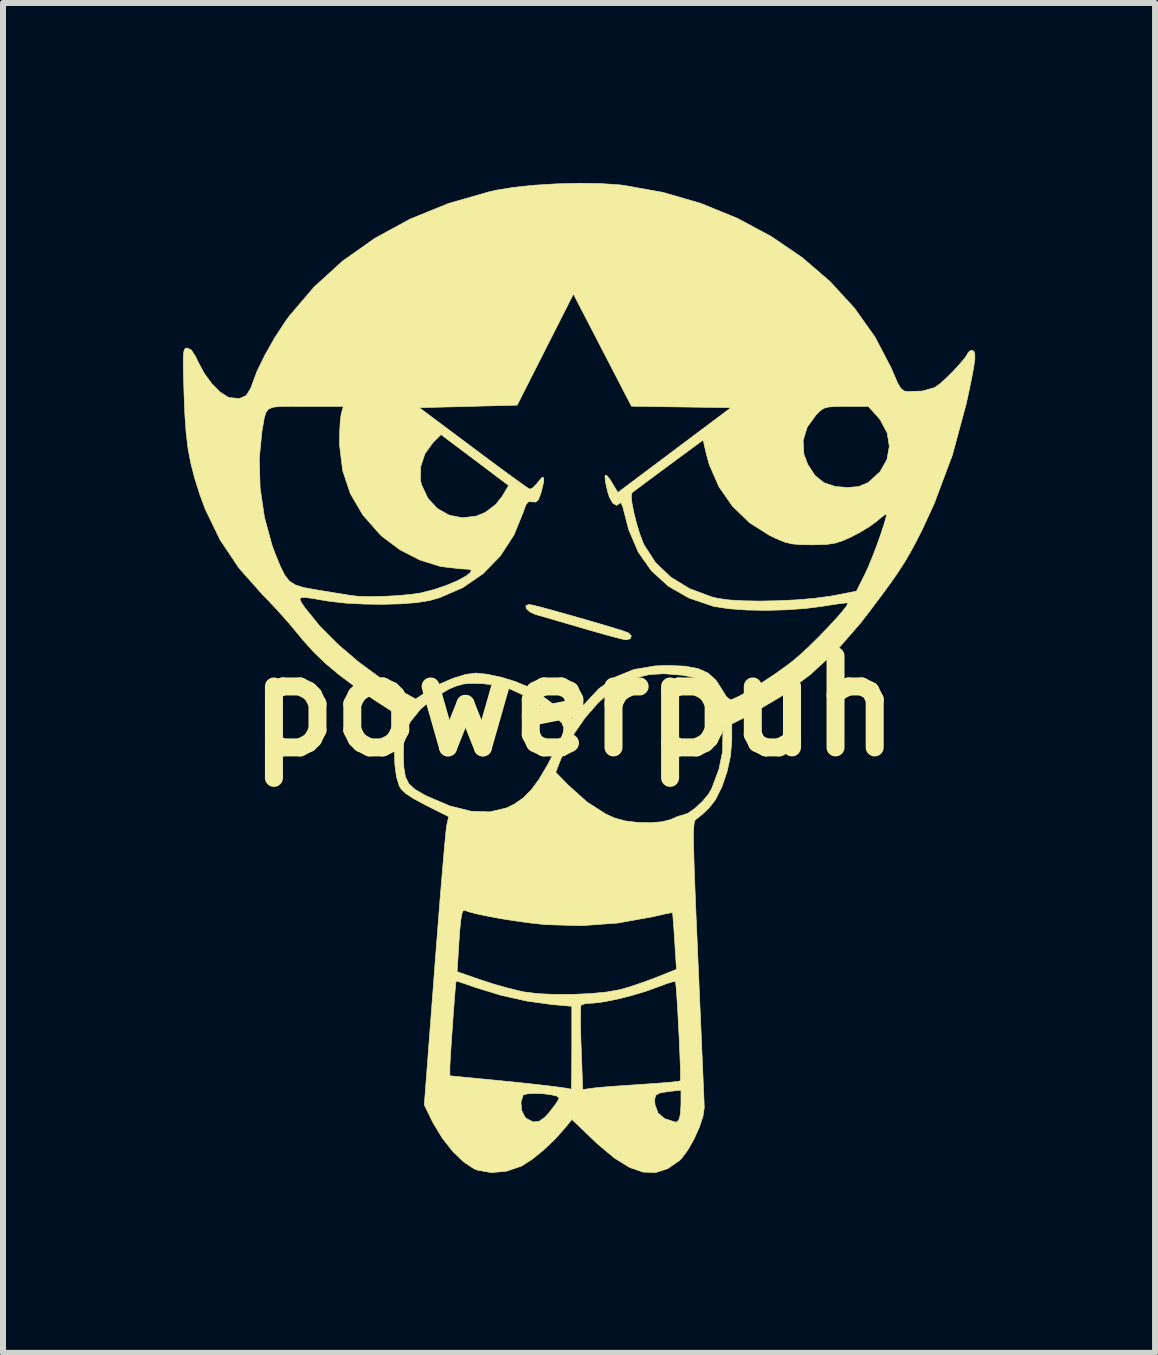
<source format=kicad_pcb>
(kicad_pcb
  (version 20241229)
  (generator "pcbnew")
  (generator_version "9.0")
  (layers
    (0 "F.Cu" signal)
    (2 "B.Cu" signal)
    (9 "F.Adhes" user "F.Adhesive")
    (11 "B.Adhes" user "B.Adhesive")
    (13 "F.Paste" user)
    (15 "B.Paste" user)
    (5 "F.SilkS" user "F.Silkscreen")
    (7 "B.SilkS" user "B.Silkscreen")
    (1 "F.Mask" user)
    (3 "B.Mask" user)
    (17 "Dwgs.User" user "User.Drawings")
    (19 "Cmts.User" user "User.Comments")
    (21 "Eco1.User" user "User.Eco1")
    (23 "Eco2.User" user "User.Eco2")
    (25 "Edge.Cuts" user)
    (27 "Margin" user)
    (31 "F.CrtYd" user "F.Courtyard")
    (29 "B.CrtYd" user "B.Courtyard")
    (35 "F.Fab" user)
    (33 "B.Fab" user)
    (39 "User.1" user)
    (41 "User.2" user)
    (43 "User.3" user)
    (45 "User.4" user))
  (footprint "powerpuh"
    (layer "F.Cu")
    (at 6.524 8.72)
    (property "Reference" "powerpuh" (at 0 0 0) (layer "F.SilkS") (effects (font (size 1.524 1.524) (thickness 0.3))))
    (attr through_hole)
    (fp_poly (pts (xy -0.693 -1.682) (xy -0.568 -1.651) (xy -0.393 -1.604) (xy -0.185 -1.546) (xy 0.042 -1.482) (xy 0.27 -1.416) (xy 0.486 -1.353) (xy 0.672 -1.297) (xy 0.812 -1.253) (xy 0.893 -1.224) (xy 0.901 -1.221) (xy 0.951 -1.168) (xy 0.93 -1.12) (xy 0.855 -1.105) (xy 0.791 -1.118) (xy 0.662 -1.151) (xy 0.483 -1.2) (xy 0.271 -1.26) (xy 0.148 -1.296) (xy -0.085 -1.364) (xy -0.301 -1.427) (xy -0.482 -1.48) (xy -0.61 -1.516) (xy -0.646 -1.526) (xy -0.739 -1.568) (xy -0.798 -1.622) (xy -0.809 -1.67) (xy -0.763 -1.693) (xy -0.753 -1.693) (xy -0.693 -1.682)) (stroke (width 0.01) (type solid)) (fill yes) (layer "F.SilkS"))
    (fp_poly (pts (xy 0.435 -8.71) (xy 0.748 -8.689) (xy 0.819 -8.681) (xy 1.479 -8.563) (xy 2.114 -8.378) (xy 2.716 -8.132) (xy 3.28 -7.83) (xy 3.798 -7.477) (xy 4.264 -7.076) (xy 4.671 -6.632) (xy 5.013 -6.151) (xy 5.282 -5.636) (xy 5.324 -5.537) (xy 5.39 -5.384) (xy 5.443 -5.296) (xy 5.495 -5.254) (xy 5.546 -5.243) (xy 5.797 -5.251) (xy 5.997 -5.306) (xy 6.015 -5.315) (xy 6.091 -5.369) (xy 6.196 -5.463) (xy 6.312 -5.578) (xy 6.422 -5.697) (xy 6.509 -5.801) (xy 6.557 -5.873) (xy 6.562 -5.888) (xy 6.596 -5.922) (xy 6.63 -5.927) (xy 6.661 -5.915) (xy 6.676 -5.873) (xy 6.677 -5.792) (xy 6.66 -5.663) (xy 6.626 -5.476) (xy 6.573 -5.221) (xy 6.533 -5.038) (xy 6.303 -4.186) (xy 6 -3.376) (xy 5.8 -2.942) (xy 5.699 -2.743) (xy 5.605 -2.568) (xy 5.51 -2.405) (xy 5.403 -2.239) (xy 5.277 -2.057) (xy 5.122 -1.845) (xy 4.93 -1.59) (xy 4.775 -1.388) (xy 4.387 -0.942) (xy 3.936 -0.526) (xy 3.443 -0.158) (xy 2.93 0.145) (xy 2.889 0.165) (xy 2.625 0.298) (xy 2.625 0.57) (xy 2.604 0.828) (xy 2.546 1.095) (xy 2.46 1.347) (xy 2.353 1.561) (xy 2.249 1.696) (xy 2.147 1.793) (xy 2.059 1.866) (xy 2.028 1.887) (xy 2.014 1.901) (xy 2.002 1.93) (xy 1.994 1.979) (xy 1.989 2.056) (xy 1.986 2.167) (xy 1.988 2.318) (xy 1.993 2.517) (xy 2.001 2.77) (xy 2.013 3.084) (xy 2.028 3.465) (xy 2.048 3.92) (xy 2.061 4.233) (xy 2.08 4.672) (xy 2.098 5.089) (xy 2.115 5.476) (xy 2.13 5.825) (xy 2.143 6.127) (xy 2.153 6.373) (xy 2.161 6.556) (xy 2.165 6.667) (xy 2.166 6.694) (xy 2.145 6.838) (xy 2.084 7.022) (xy 1.996 7.218) (xy 1.893 7.4) (xy 1.788 7.541) (xy 1.753 7.575) (xy 1.558 7.711) (xy 1.358 7.776) (xy 1.147 7.769) (xy 0.919 7.69) (xy 0.67 7.536) (xy 0.394 7.306) (xy 0.315 7.231) (xy -0.04 6.891) (xy -0.155 7.033) (xy -0.325 7.223) (xy -0.516 7.404) (xy -0.705 7.557) (xy -0.87 7.663) (xy -0.886 7.671) (xy -1.134 7.755) (xy -1.385 7.777) (xy -1.615 7.736) (xy -1.673 7.713) (xy -1.847 7.598) (xy -2.028 7.423) (xy -2.2 7.204) (xy -2.347 6.962) (xy -2.365 6.927) (xy -2.501 6.65) (xy -2.498 6.607) (xy -0.89 6.607) (xy -0.878 6.741) (xy -0.823 6.851) (xy -0.795 6.877) (xy -0.687 6.932) (xy -0.59 6.925) (xy -0.488 6.852) (xy -0.405 6.758) (xy -0.322 6.65) (xy -0.267 6.565) (xy -0.263 6.555) (xy 1.338 6.555) (xy 1.345 6.645) (xy 1.395 6.783) (xy 1.503 6.877) (xy 1.68 6.934) (xy 1.699 6.938) (xy 1.736 6.909) (xy 1.752 6.876) (xy 1.768 6.795) (xy 1.777 6.668) (xy 1.778 6.606) (xy 1.778 6.403) (xy 1.577 6.425) (xy 1.435 6.447) (xy 1.361 6.485) (xy 1.338 6.555) (xy -0.263 6.555) (xy -0.254 6.532) (xy -0.292 6.502) (xy -0.389 6.479) (xy -0.518 6.463) (xy -0.655 6.457) (xy -0.772 6.462) (xy -0.845 6.48) (xy -0.855 6.488) (xy -0.89 6.607) (xy -2.498 6.607) (xy -2.454 6.035) (xy -2.075 6.035) (xy -2.074 6.164) (xy -1.302 6.239) (xy -0.985 6.27) (xy -0.697 6.301) (xy -0.449 6.329) (xy -0.251 6.354) (xy -0.116 6.373) (xy -0.054 6.387) (xy -0.053 6.387) (xy -0.049 6.349) (xy -0.046 6.24) (xy -0.044 6.074) (xy -0.043 5.865) (xy -0.042 5.699) (xy -0.042 5.161) (xy 0.103 5.161) (xy 0.104 5.338) (xy 0.109 5.553) (xy 0.115 5.708) (xy 0.14 6.394) (xy 0.271 6.374) (xy 0.371 6.362) (xy 0.529 6.348) (xy 0.717 6.334) (xy 0.804 6.328) (xy 1.157 6.304) (xy 1.428 6.285) (xy 1.618 6.269) (xy 1.731 6.256) (xy 1.767 6.248) (xy 1.77 6.203) (xy 1.769 6.089) (xy 1.764 5.922) (xy 1.756 5.719) (xy 1.746 5.494) (xy 1.734 5.265) (xy 1.722 5.046) (xy 1.71 4.854) (xy 1.699 4.704) (xy 1.69 4.613) (xy 1.685 4.592) (xy 1.639 4.597) (xy 1.537 4.628) (xy 1.402 4.679) (xy 1.197 4.753) (xy 0.961 4.824) (xy 0.721 4.885) (xy 0.501 4.929) (xy 0.327 4.951) (xy 0.288 4.953) (xy 0.181 4.961) (xy 0.115 4.983) (xy 0.111 4.988) (xy 0.105 5.04) (xy 0.103 5.161) (xy -0.042 5.161) (xy -0.042 5.005) (xy -0.37 4.976) (xy -0.785 4.919) (xy -1.224 4.821) (xy -1.642 4.693) (xy -1.671 4.683) (xy -1.813 4.633) (xy -1.92 4.597) (xy -1.97 4.584) (xy -1.971 4.585) (xy -1.977 4.629) (xy -1.987 4.741) (xy -2 4.904) (xy -2.015 5.1) (xy -2.03 5.314) (xy -2.045 5.527) (xy -2.058 5.724) (xy -2.068 5.887) (xy -2.074 6) (xy -2.075 6.035) (xy -2.454 6.035) (xy -2.332 4.429) (xy -1.954 4.429) (xy -1.553 4.567) (xy -1.336 4.637) (xy -1.106 4.702) (xy -0.901 4.752) (xy -0.84 4.765) (xy -0.614 4.794) (xy -0.337 4.807) (xy -0.034 4.807) (xy 0.267 4.793) (xy 0.541 4.767) (xy 0.76 4.728) (xy 0.783 4.722) (xy 0.951 4.672) (xy 1.154 4.603) (xy 1.353 4.529) (xy 1.37 4.522) (xy 1.703 4.389) (xy 1.673 3.92) (xy 1.661 3.731) (xy 1.649 3.577) (xy 1.641 3.475) (xy 1.636 3.443) (xy 1.595 3.449) (xy 1.492 3.47) (xy 1.346 3.503) (xy 1.299 3.514) (xy 0.724 3.617) (xy 0.122 3.661) (xy -0.474 3.644) (xy -0.515 3.64) (xy -0.731 3.617) (xy -0.967 3.584) (xy -1.205 3.547) (xy -1.428 3.506) (xy -1.618 3.467) (xy -1.757 3.431) (xy -1.824 3.406) (xy -1.851 3.407) (xy -1.872 3.453) (xy -1.891 3.555) (xy -1.908 3.721) (xy -1.925 3.961) (xy -1.926 3.982) (xy -1.954 4.429) (xy -2.332 4.429) (xy -2.33 4.394) (xy -2.296 3.961) (xy -2.264 3.549) (xy -2.234 3.168) (xy -2.205 2.825) (xy -2.18 2.53) (xy -2.159 2.29) (xy -2.142 2.114) (xy -2.13 2.011) (xy -2.127 1.99) (xy -2.095 1.843) (xy -2.477 1.652) (xy -2.674 1.546) (xy -2.807 1.46) (xy -2.887 1.383) (xy -2.918 1.333) (xy -2.965 1.178) (xy -2.992 0.973) (xy -2.997 0.777) (xy -2.85 0.777) (xy -2.85 0.804) (xy -2.842 1.025) (xy -2.815 1.182) (xy -2.758 1.296) (xy -2.658 1.388) (xy -2.504 1.478) (xy -2.456 1.503) (xy -2.072 1.666) (xy -1.723 1.753) (xy -1.408 1.764) (xy -1.128 1.698) (xy -1.001 1.635) (xy -0.854 1.533) (xy -0.72 1.4) (xy -0.589 1.222) (xy -0.52 1.105) (xy -0.31 1.105) (xy -0.102 1.318) (xy 0.21 1.598) (xy 0.523 1.799) (xy 0.673 1.867) (xy 0.845 1.914) (xy 1.053 1.94) (xy 1.269 1.945) (xy 1.463 1.929) (xy 1.609 1.891) (xy 1.624 1.884) (xy 1.725 1.839) (xy 1.797 1.82) (xy 1.798 1.82) (xy 1.891 1.789) (xy 2.01 1.706) (xy 2.132 1.593) (xy 2.236 1.47) (xy 2.289 1.379) (xy 2.411 1.053) (xy 2.472 0.755) (xy 2.476 0.456) (xy 2.461 0.31) (xy 2.414 0.034) (xy 2.357 -0.17) (xy 2.279 -0.314) (xy 2.171 -0.411) (xy 2.023 -0.472) (xy 1.824 -0.511) (xy 1.792 -0.515) (xy 1.496 -0.539) (xy 1.249 -0.525) (xy 1.022 -0.469) (xy 0.857 -0.403) (xy 0.63 -0.263) (xy 0.4 -0.058) (xy 0.178 0.197) (xy -0.021 0.485) (xy -0.184 0.79) (xy -0.24 0.923) (xy -0.31 1.105) (xy -0.52 1.105) (xy -0.45 0.987) (xy -0.34 0.778) (xy -0.245 0.589) (xy -0.189 0.457) (xy -0.175 0.362) (xy -0.207 0.284) (xy -0.289 0.202) (xy -0.424 0.096) (xy -0.474 0.057) (xy -0.777 -0.148) (xy -1.068 -0.283) (xy -1.367 -0.356) (xy -1.529 -0.373) (xy -1.713 -0.379) (xy -1.848 -0.368) (xy -1.969 -0.334) (xy -2.085 -0.285) (xy -2.338 -0.139) (xy -2.559 0.046) (xy -2.727 0.252) (xy -2.763 0.315) (xy -2.816 0.441) (xy -2.843 0.585) (xy -2.85 0.777) (xy -2.997 0.777) (xy -2.998 0.749) (xy -2.982 0.537) (xy -2.947 0.381) (xy -2.908 0.264) (xy -2.902 0.199) (xy -2.926 0.162) (xy -2.946 0.148) (xy -3.331 -0.1) (xy -3.651 -0.32) (xy -3.919 -0.52) (xy -4.147 -0.711) (xy -4.345 -0.901) (xy -4.525 -1.101) (xy -4.617 -1.213) (xy -4.76 -1.385) (xy -4.937 -1.584) (xy -5.118 -1.777) (xy -5.118 -1.777) (xy -4.575 -1.777) (xy -4.546 -1.718) (xy -4.481 -1.625) (xy -4.479 -1.623) (xy -4.242 -1.331) (xy -3.943 -1.031) (xy -3.601 -0.738) (xy -3.235 -0.468) (xy -2.865 -0.239) (xy -2.857 -0.234) (xy -2.644 -0.117) (xy -2.443 -0.252) (xy -2.244 -0.367) (xy -2.024 -0.462) (xy -1.813 -0.527) (xy -1.641 -0.55) (xy -1.45 -0.53) (xy -1.22 -0.481) (xy -0.988 -0.41) (xy -0.79 -0.328) (xy -0.759 -0.312) (xy -0.622 -0.227) (xy -0.458 -0.112) (xy -0.311 0.002) (xy -0.19 0.1) (xy -0.096 0.172) (xy -0.045 0.206) (xy -0.042 0.207) (xy -0.008 0.176) (xy 0.064 0.096) (xy 0.156 -0.018) (xy 0.16 -0.022) (xy 0.41 -0.29) (xy 0.683 -0.484) (xy 0.991 -0.609) (xy 1.345 -0.669) (xy 1.558 -0.677) (xy 1.846 -0.665) (xy 2.066 -0.624) (xy 2.234 -0.547) (xy 2.362 -0.43) (xy 2.455 -0.286) (xy 2.534 -0.157) (xy 2.598 -0.106) (xy 2.625 -0.108) (xy 2.756 -0.169) (xy 2.934 -0.27) (xy 3.139 -0.397) (xy 3.35 -0.537) (xy 3.548 -0.679) (xy 3.655 -0.762) (xy 3.779 -0.868) (xy 3.922 -1.002) (xy 4.074 -1.152) (xy 4.223 -1.306) (xy 4.358 -1.451) (xy 4.467 -1.576) (xy 4.539 -1.668) (xy 4.562 -1.716) (xy 4.561 -1.719) (xy 4.516 -1.718) (xy 4.407 -1.705) (xy 4.252 -1.682) (xy 4.147 -1.665) (xy 3.855 -1.627) (xy 3.53 -1.604) (xy 3.194 -1.595) (xy 2.87 -1.601) (xy 2.58 -1.622) (xy 2.347 -1.657) (xy 2.312 -1.665) (xy 1.909 -1.802) (xy 1.567 -1.999) (xy 1.285 -2.255) (xy 1.065 -2.569) (xy 0.906 -2.942) (xy 0.837 -3.209) (xy 0.806 -3.329) (xy 0.777 -3.387) (xy 0.76 -3.383) (xy 0.705 -3.345) (xy 0.644 -3.38) (xy 0.586 -3.479) (xy 0.58 -3.498) (xy 0.95 -3.498) (xy 0.961 -3.381) (xy 0.992 -3.225) (xy 1.036 -3.05) (xy 1.088 -2.877) (xy 1.145 -2.726) (xy 1.166 -2.681) (xy 1.353 -2.392) (xy 1.608 -2.149) (xy 1.922 -1.957) (xy 2.289 -1.82) (xy 2.387 -1.796) (xy 2.566 -1.77) (xy 2.809 -1.755) (xy 3.094 -1.75) (xy 3.403 -1.756) (xy 3.713 -1.771) (xy 4.006 -1.796) (xy 4.259 -1.83) (xy 4.331 -1.842) (xy 4.703 -1.915) (xy 4.844 -2.196) (xy 4.903 -2.324) (xy 4.971 -2.492) (xy 5.043 -2.679) (xy 5.109 -2.865) (xy 5.163 -3.029) (xy 5.198 -3.151) (xy 5.207 -3.203) (xy 5.179 -3.191) (xy 5.107 -3.137) (xy 5.05 -3.088) (xy 4.928 -2.998) (xy 4.765 -2.898) (xy 4.616 -2.82) (xy 4.469 -2.754) (xy 4.343 -2.715) (xy 4.209 -2.695) (xy 4.033 -2.689) (xy 3.956 -2.688) (xy 3.764 -2.691) (xy 3.625 -2.704) (xy 3.504 -2.734) (xy 3.37 -2.79) (xy 3.251 -2.847) (xy 2.92 -3.057) (xy 2.637 -3.331) (xy 2.41 -3.657) (xy 2.249 -4.026) (xy 2.197 -4.216) (xy 2.149 -4.429) (xy 3.814 -4.429) (xy 3.827 -4.199) (xy 3.89 -4.031) (xy 4.012 -3.843) (xy 4.161 -3.723) (xy 4.353 -3.66) (xy 4.555 -3.643) (xy 4.74 -3.659) (xy 4.887 -3.72) (xy 4.911 -3.736) (xy 5.097 -3.907) (xy 5.212 -4.11) (xy 5.251 -4.33) (xy 5.216 -4.553) (xy 5.102 -4.767) (xy 5.052 -4.829) (xy 4.901 -4.995) (xy 4.533 -4.995) (xy 4.354 -4.994) (xy 4.238 -4.985) (xy 4.16 -4.964) (xy 4.098 -4.922) (xy 4.033 -4.858) (xy 3.883 -4.651) (xy 3.814 -4.429) (xy 2.149 -4.429) (xy 2.148 -4.436) (xy 1.571 -4.01) (xy 1.379 -3.868) (xy 1.209 -3.742) (xy 1.075 -3.642) (xy 0.988 -3.577) (xy 0.961 -3.556) (xy 0.95 -3.498) (xy 0.58 -3.498) (xy 0.556 -3.571) (xy 0.518 -3.743) (xy 0.511 -3.836) (xy 0.535 -3.85) (xy 0.589 -3.785) (xy 0.619 -3.738) (xy 0.726 -3.56) (xy 1.668 -4.267) (xy 2.611 -4.974) (xy 1.782 -4.986) (xy 0.953 -4.998) (xy 0.469 -5.933) (xy -0.015 -6.868) (xy -0.484 -5.942) (xy -0.953 -5.016) (xy -1.768 -4.995) (xy -2.584 -4.974) (xy -1.688 -4.304) (xy -1.447 -4.124) (xy -1.227 -3.961) (xy -1.037 -3.822) (xy -0.887 -3.713) (xy -0.787 -3.643) (xy -0.745 -3.616) (xy -0.694 -3.637) (xy -0.623 -3.709) (xy -0.603 -3.736) (xy -0.54 -3.81) (xy -0.51 -3.808) (xy -0.512 -3.732) (xy -0.547 -3.584) (xy -0.558 -3.548) (xy -0.597 -3.442) (xy -0.641 -3.401) (xy -0.7 -3.404) (xy -0.761 -3.407) (xy -0.803 -3.364) (xy -0.843 -3.257) (xy -0.845 -3.248) (xy -1.006 -2.852) (xy -1.233 -2.503) (xy -1.52 -2.208) (xy -1.859 -1.974) (xy -2.244 -1.807) (xy -2.417 -1.758) (xy -2.624 -1.725) (xy -2.89 -1.704) (xy -3.193 -1.696) (xy -3.507 -1.7) (xy -3.811 -1.716) (xy -4.079 -1.746) (xy -4.149 -1.757) (xy -4.356 -1.793) (xy -4.49 -1.811) (xy -4.56 -1.807) (xy -4.575 -1.777) (xy -5.118 -1.777) (xy -5.202 -1.862) (xy -5.592 -2.303) (xy -5.906 -2.772) (xy -6.152 -3.281) (xy -6.244 -3.529) (xy -6.328 -3.796) (xy -6.391 -4.039) (xy -6.409 -4.132) (xy -5.252 -4.132) (xy -5.238 -3.64) (xy -5.166 -3.147) (xy -5.039 -2.68) (xy -4.99 -2.547) (xy -4.902 -2.332) (xy -4.828 -2.183) (xy -4.75 -2.083) (xy -4.65 -2.019) (xy -4.512 -1.976) (xy -4.318 -1.94) (xy -4.245 -1.928) (xy -4.053 -1.897) (xy -3.888 -1.87) (xy -3.771 -1.851) (xy -3.725 -1.843) (xy -3.588 -1.828) (xy -3.392 -1.824) (xy -3.164 -1.829) (xy -2.931 -1.842) (xy -2.717 -1.862) (xy -2.555 -1.886) (xy -2.342 -1.941) (xy -2.132 -2.012) (xy -1.944 -2.091) (xy -1.801 -2.17) (xy -1.732 -2.227) (xy -1.716 -2.262) (xy -1.752 -2.28) (xy -1.856 -2.286) (xy -1.889 -2.287) (xy -2.229 -2.326) (xy -2.575 -2.435) (xy -2.907 -2.605) (xy -3.202 -2.826) (xy -3.24 -2.861) (xy -3.527 -3.188) (xy -3.734 -3.542) (xy -3.809 -3.766) (xy -2.565 -3.766) (xy -2.548 -3.692) (xy -2.441 -3.464) (xy -2.282 -3.292) (xy -2.084 -3.181) (xy -1.862 -3.138) (xy -1.629 -3.168) (xy -1.484 -3.228) (xy -1.309 -3.361) (xy -1.2 -3.5) (xy -1.095 -3.677) (xy -1.659 -4.102) (xy -2.223 -4.526) (xy -2.358 -4.39) (xy -2.491 -4.205) (xy -2.562 -3.988) (xy -2.565 -3.766) (xy -3.809 -3.766) (xy -3.862 -3.927) (xy -3.913 -4.344) (xy -3.914 -4.403) (xy -3.911 -4.584) (xy -3.902 -4.747) (xy -3.887 -4.861) (xy -3.883 -4.879) (xy -3.851 -4.995) (xy -4.484 -4.995) (xy -4.731 -4.996) (xy -4.907 -4.994) (xy -5.025 -4.981) (xy -5.099 -4.95) (xy -5.142 -4.893) (xy -5.169 -4.803) (xy -5.191 -4.673) (xy -5.205 -4.596) (xy -5.252 -4.132) (xy -6.409 -4.132) (xy -6.438 -4.281) (xy -6.47 -4.544) (xy -6.492 -4.849) (xy -6.506 -5.196) (xy -6.514 -5.469) (xy -6.519 -5.669) (xy -6.518 -5.807) (xy -6.512 -5.895) (xy -6.5 -5.943) (xy -6.48 -5.964) (xy -6.453 -5.968) (xy -6.451 -5.968) (xy -6.385 -5.935) (xy -6.316 -5.831) (xy -6.272 -5.738) (xy -6.17 -5.547) (xy -6.042 -5.373) (xy -5.905 -5.235) (xy -5.777 -5.152) (xy -5.746 -5.142) (xy -5.584 -5.126) (xy -5.47 -5.176) (xy -5.394 -5.298) (xy -5.378 -5.344) (xy -5.291 -5.577) (xy -5.159 -5.848) (xy -4.998 -6.133) (xy -4.819 -6.408) (xy -4.753 -6.499) (xy -4.34 -6.984) (xy -3.863 -7.418) (xy -3.327 -7.797) (xy -2.738 -8.118) (xy -2.099 -8.378) (xy -1.418 -8.573) (xy -1.303 -8.599) (xy -1.019 -8.646) (xy -0.678 -8.682) (xy -0.304 -8.705) (xy 0.076 -8.715) (xy 0.435 -8.71)) (stroke (width 0.01) (type solid)) (fill yes) (layer "F.SilkS")))
  (gr_rect
    (start -3 -3)
    (end 16.205 19.502)
    (stroke (width 0.1) (type default))
    (fill no)
    (layer "Edge.Cuts")))
</source>
